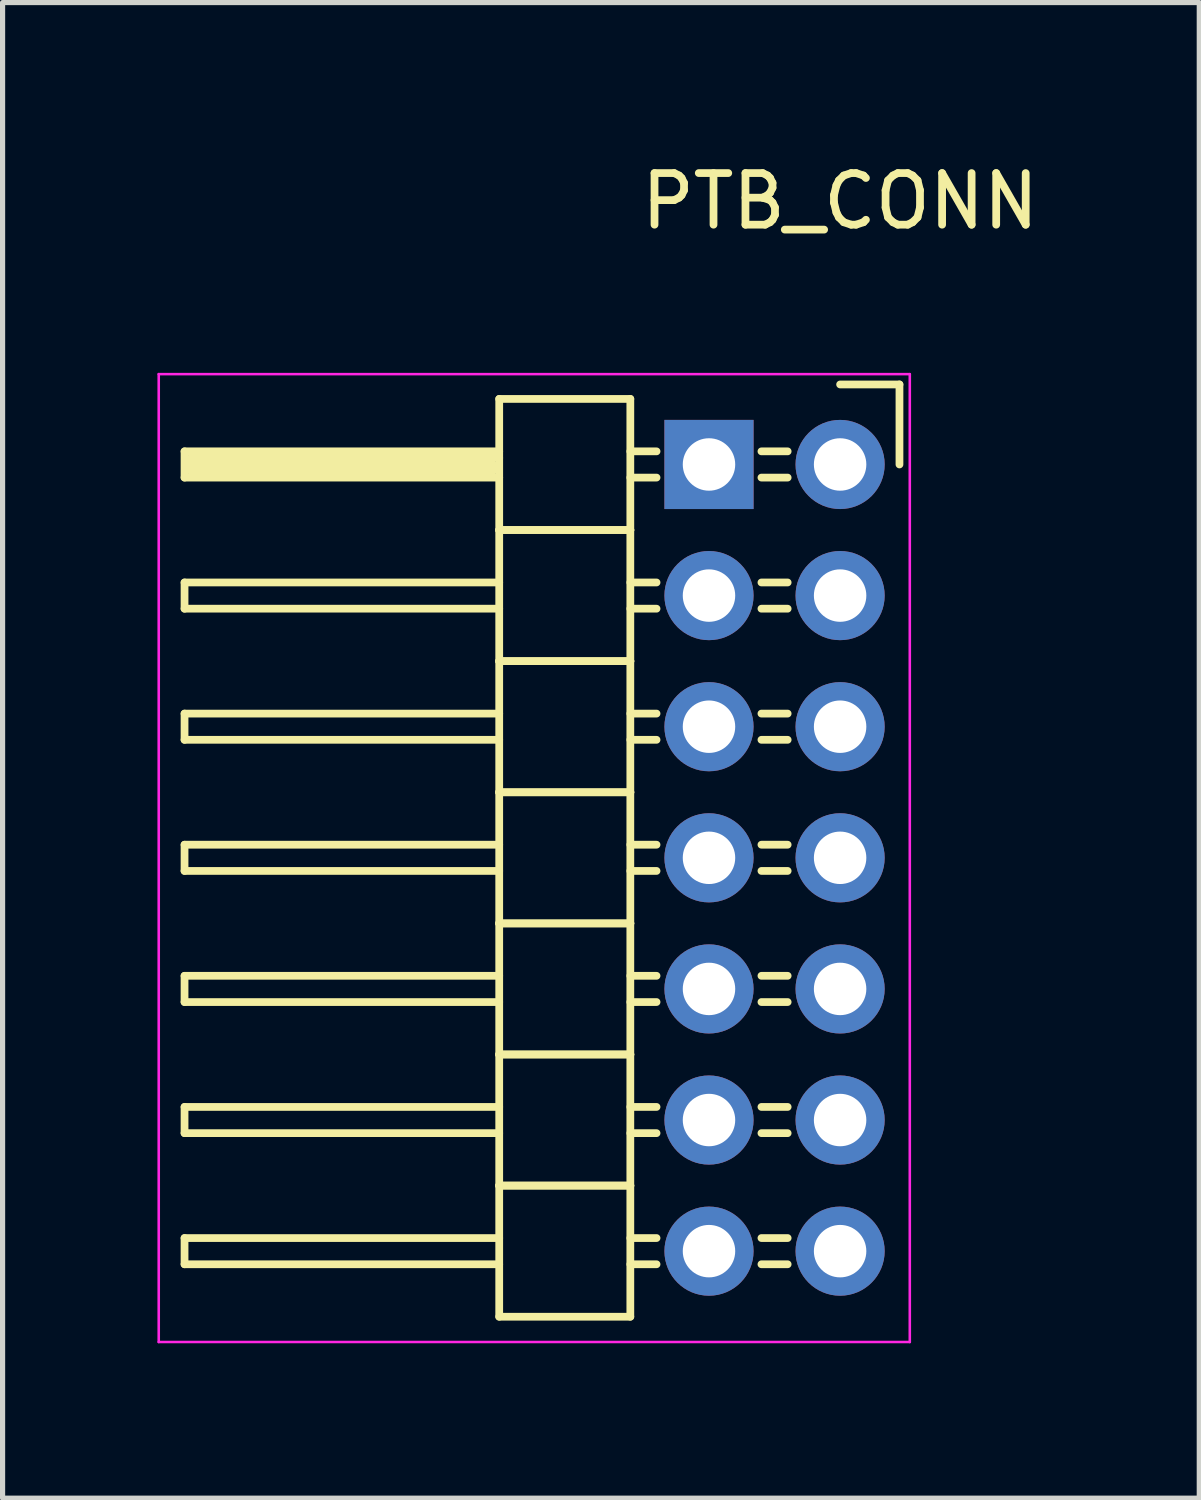
<source format=kicad_pcb>
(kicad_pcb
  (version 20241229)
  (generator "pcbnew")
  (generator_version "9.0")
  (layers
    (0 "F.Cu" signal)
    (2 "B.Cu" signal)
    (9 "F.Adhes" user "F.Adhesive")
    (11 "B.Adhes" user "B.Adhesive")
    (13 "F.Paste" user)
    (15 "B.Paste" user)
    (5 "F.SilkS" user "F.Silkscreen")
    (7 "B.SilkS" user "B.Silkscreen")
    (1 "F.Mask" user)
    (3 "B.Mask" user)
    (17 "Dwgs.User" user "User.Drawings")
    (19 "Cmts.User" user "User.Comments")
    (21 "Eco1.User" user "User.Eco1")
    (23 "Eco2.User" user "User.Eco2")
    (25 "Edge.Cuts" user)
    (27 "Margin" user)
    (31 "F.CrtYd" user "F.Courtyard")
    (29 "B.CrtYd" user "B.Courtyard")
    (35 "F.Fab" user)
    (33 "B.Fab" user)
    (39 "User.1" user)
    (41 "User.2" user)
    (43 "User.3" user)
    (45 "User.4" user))
  (footprint "PTB_CONN"
    (layer "F.Cu")
    (at 13.225 5.948)
    (property "Reference" "PTB_CONN" (at 0 -5.1 0) (layer "F.SilkS") (effects (font (size 1 1) (thickness 0.15))))
    (attr through_hole)
    (fp_line (start -12.7 -0.254) (end -12.7 0.254) (stroke (width 0.15) (type solid)) (layer "F.SilkS"))
    (fp_line (start -12.7 0.254) (end -6.604 0.254) (stroke (width 0.15) (type solid)) (layer "F.SilkS"))
    (fp_line (start -12.7 2.286) (end -12.7 2.794) (stroke (width 0.15) (type solid)) (layer "F.SilkS"))
    (fp_line (start -12.7 2.794) (end -6.604 2.794) (stroke (width 0.15) (type solid)) (layer "F.SilkS"))
    (fp_line (start -12.7 4.826) (end -12.7 5.334) (stroke (width 0.15) (type solid)) (layer "F.SilkS"))
    (fp_line (start -12.7 5.334) (end -6.604 5.334) (stroke (width 0.15) (type solid)) (layer "F.SilkS"))
    (fp_line (start -12.7 7.366) (end -12.7 7.874) (stroke (width 0.15) (type solid)) (layer "F.SilkS"))
    (fp_line (start -12.7 7.874) (end -6.604 7.874) (stroke (width 0.15) (type solid)) (layer "F.SilkS"))
    (fp_line (start -12.7 9.906) (end -12.7 10.414) (stroke (width 0.15) (type solid)) (layer "F.SilkS"))
    (fp_line (start -12.7 10.414) (end -6.604 10.414) (stroke (width 0.15) (type solid)) (layer "F.SilkS"))
    (fp_line (start -12.7 12.446) (end -12.7 12.954) (stroke (width 0.15) (type solid)) (layer "F.SilkS"))
    (fp_line (start -12.7 12.954) (end -6.604 12.954) (stroke (width 0.15) (type solid)) (layer "F.SilkS"))
    (fp_line (start -12.7 14.986) (end -12.7 15.494) (stroke (width 0.15) (type solid)) (layer "F.SilkS"))
    (fp_line (start -12.7 15.494) (end -6.604 15.494) (stroke (width 0.15) (type solid)) (layer "F.SilkS"))
    (fp_line (start -12.573 -0.127) (end -12.573 0.127) (stroke (width 0.15) (type solid)) (layer "F.SilkS"))
    (fp_line (start -12.573 0.127) (end -6.731 0.127) (stroke (width 0.15) (type solid)) (layer "F.SilkS"))
    (fp_line (start -6.731 0) (end -12.573 0) (stroke (width 0.15) (type solid)) (layer "F.SilkS"))
    (fp_line (start -6.731 0.127) (end -6.731 0) (stroke (width 0.15) (type solid)) (layer "F.SilkS"))
    (fp_line (start -6.604 -0.254) (end -12.7 -0.254) (stroke (width 0.15) (type solid)) (layer "F.SilkS"))
    (fp_line (start -6.604 -0.127) (end -12.573 -0.127) (stroke (width 0.15) (type solid)) (layer "F.SilkS"))
    (fp_line (start -6.604 1.27) (end -6.604 -1.27) (stroke (width 0.15) (type solid)) (layer "F.SilkS"))
    (fp_line (start -6.604 2.286) (end -12.7 2.286) (stroke (width 0.15) (type solid)) (layer "F.SilkS"))
    (fp_line (start -6.604 3.81) (end -6.604 1.27) (stroke (width 0.15) (type solid)) (layer "F.SilkS"))
    (fp_line (start -6.604 4.826) (end -12.7 4.826) (stroke (width 0.15) (type solid)) (layer "F.SilkS"))
    (fp_line (start -6.604 6.35) (end -6.604 3.81) (stroke (width 0.15) (type solid)) (layer "F.SilkS"))
    (fp_line (start -6.604 7.366) (end -12.7 7.366) (stroke (width 0.15) (type solid)) (layer "F.SilkS"))
    (fp_line (start -6.604 8.89) (end -6.604 6.35) (stroke (width 0.15) (type solid)) (layer "F.SilkS"))
    (fp_line (start -6.604 9.906) (end -12.7 9.906) (stroke (width 0.15) (type solid)) (layer "F.SilkS"))
    (fp_line (start -6.604 11.43) (end -6.604 8.89) (stroke (width 0.15) (type solid)) (layer "F.SilkS"))
    (fp_line (start -6.604 12.446) (end -12.7 12.446) (stroke (width 0.15) (type solid)) (layer "F.SilkS"))
    (fp_line (start -6.604 13.97) (end -6.604 11.43) (stroke (width 0.15) (type solid)) (layer "F.SilkS"))
    (fp_line (start -6.604 14.986) (end -12.7 14.986) (stroke (width 0.15) (type solid)) (layer "F.SilkS"))
    (fp_line (start -6.604 16.51) (end -6.604 13.97) (stroke (width 0.15) (type solid)) (layer "F.SilkS"))
    (fp_line (start -4.064 -1.27) (end -6.604 -1.27) (stroke (width 0.15) (type solid)) (layer "F.SilkS"))
    (fp_line (start -4.064 -1.27) (end -4.064 1.27) (stroke (width 0.15) (type solid)) (layer "F.SilkS"))
    (fp_line (start -4.064 -0.254) (end -3.556 -0.254) (stroke (width 0.15) (type solid)) (layer "F.SilkS"))
    (fp_line (start -4.064 0.254) (end -3.556 0.254) (stroke (width 0.15) (type solid)) (layer "F.SilkS"))
    (fp_line (start -4.064 1.27) (end -6.604 1.27) (stroke (width 0.15) (type solid)) (layer "F.SilkS"))
    (fp_line (start -4.064 1.27) (end -6.604 1.27) (stroke (width 0.15) (type solid)) (layer "F.SilkS"))
    (fp_line (start -4.064 1.27) (end -4.064 3.81) (stroke (width 0.15) (type solid)) (layer "F.SilkS"))
    (fp_line (start -4.064 2.286) (end -3.556 2.286) (stroke (width 0.15) (type solid)) (layer "F.SilkS"))
    (fp_line (start -4.064 2.794) (end -3.556 2.794) (stroke (width 0.15) (type solid)) (layer "F.SilkS"))
    (fp_line (start -4.064 3.81) (end -6.604 3.81) (stroke (width 0.15) (type solid)) (layer "F.SilkS"))
    (fp_line (start -4.064 3.81) (end -6.604 3.81) (stroke (width 0.15) (type solid)) (layer "F.SilkS"))
    (fp_line (start -4.064 3.81) (end -4.064 6.35) (stroke (width 0.15) (type solid)) (layer "F.SilkS"))
    (fp_line (start -4.064 4.826) (end -3.556 4.826) (stroke (width 0.15) (type solid)) (layer "F.SilkS"))
    (fp_line (start -4.064 5.334) (end -3.556 5.334) (stroke (width 0.15) (type solid)) (layer "F.SilkS"))
    (fp_line (start -4.064 6.35) (end -6.604 6.35) (stroke (width 0.15) (type solid)) (layer "F.SilkS"))
    (fp_line (start -4.064 6.35) (end -6.604 6.35) (stroke (width 0.15) (type solid)) (layer "F.SilkS"))
    (fp_line (start -4.064 6.35) (end -4.064 8.89) (stroke (width 0.15) (type solid)) (layer "F.SilkS"))
    (fp_line (start -4.064 7.366) (end -3.556 7.366) (stroke (width 0.15) (type solid)) (layer "F.SilkS"))
    (fp_line (start -4.064 7.874) (end -3.556 7.874) (stroke (width 0.15) (type solid)) (layer "F.SilkS"))
    (fp_line (start -4.064 8.89) (end -6.604 8.89) (stroke (width 0.15) (type solid)) (layer "F.SilkS"))
    (fp_line (start -4.064 8.89) (end -6.604 8.89) (stroke (width 0.15) (type solid)) (layer "F.SilkS"))
    (fp_line (start -4.064 8.89) (end -4.064 11.43) (stroke (width 0.15) (type solid)) (layer "F.SilkS"))
    (fp_line (start -4.064 9.906) (end -3.556 9.906) (stroke (width 0.15) (type solid)) (layer "F.SilkS"))
    (fp_line (start -4.064 10.414) (end -3.556 10.414) (stroke (width 0.15) (type solid)) (layer "F.SilkS"))
    (fp_line (start -4.064 11.43) (end -6.604 11.43) (stroke (width 0.15) (type solid)) (layer "F.SilkS"))
    (fp_line (start -4.064 11.43) (end -6.604 11.43) (stroke (width 0.15) (type solid)) (layer "F.SilkS"))
    (fp_line (start -4.064 11.43) (end -4.064 13.97) (stroke (width 0.15) (type solid)) (layer "F.SilkS"))
    (fp_line (start -4.064 12.446) (end -3.556 12.446) (stroke (width 0.15) (type solid)) (layer "F.SilkS"))
    (fp_line (start -4.064 12.954) (end -3.556 12.954) (stroke (width 0.15) (type solid)) (layer "F.SilkS"))
    (fp_line (start -4.064 13.97) (end -6.604 13.97) (stroke (width 0.15) (type solid)) (layer "F.SilkS"))
    (fp_line (start -4.064 13.97) (end -6.604 13.97) (stroke (width 0.15) (type solid)) (layer "F.SilkS"))
    (fp_line (start -4.064 13.97) (end -4.064 16.51) (stroke (width 0.15) (type solid)) (layer "F.SilkS"))
    (fp_line (start -4.064 14.986) (end -3.556 14.986) (stroke (width 0.15) (type solid)) (layer "F.SilkS"))
    (fp_line (start -4.064 15.494) (end -3.556 15.494) (stroke (width 0.15) (type solid)) (layer "F.SilkS"))
    (fp_line (start -4.064 16.51) (end -6.604 16.51) (stroke (width 0.15) (type solid)) (layer "F.SilkS"))
    (fp_line (start -1.524 -0.254) (end -1.016 -0.254) (stroke (width 0.15) (type solid)) (layer "F.SilkS"))
    (fp_line (start -1.524 0.254) (end -1.016 0.254) (stroke (width 0.15) (type solid)) (layer "F.SilkS"))
    (fp_line (start -1.524 2.286) (end -1.016 2.286) (stroke (width 0.15) (type solid)) (layer "F.SilkS"))
    (fp_line (start -1.524 2.794) (end -1.016 2.794) (stroke (width 0.15) (type solid)) (layer "F.SilkS"))
    (fp_line (start -1.524 4.826) (end -1.016 4.826) (stroke (width 0.15) (type solid)) (layer "F.SilkS"))
    (fp_line (start -1.524 5.334) (end -1.016 5.334) (stroke (width 0.15) (type solid)) (layer "F.SilkS"))
    (fp_line (start -1.524 7.366) (end -1.016 7.366) (stroke (width 0.15) (type solid)) (layer "F.SilkS"))
    (fp_line (start -1.524 7.874) (end -1.016 7.874) (stroke (width 0.15) (type solid)) (layer "F.SilkS"))
    (fp_line (start -1.524 9.906) (end -1.016 9.906) (stroke (width 0.15) (type solid)) (layer "F.SilkS"))
    (fp_line (start -1.524 10.414) (end -1.016 10.414) (stroke (width 0.15) (type solid)) (layer "F.SilkS"))
    (fp_line (start -1.524 12.446) (end -1.016 12.446) (stroke (width 0.15) (type solid)) (layer "F.SilkS"))
    (fp_line (start -1.524 12.954) (end -1.016 12.954) (stroke (width 0.15) (type solid)) (layer "F.SilkS"))
    (fp_line (start -1.524 14.986) (end -1.016 14.986) (stroke (width 0.15) (type solid)) (layer "F.SilkS"))
    (fp_line (start -1.524 15.494) (end -1.016 15.494) (stroke (width 0.15) (type solid)) (layer "F.SilkS"))
    (fp_line (start 0 -1.55) (end 1.15 -1.55) (stroke (width 0.15) (type solid)) (layer "F.SilkS"))
    (fp_line (start 1.15 -1.55) (end 1.15 0) (stroke (width 0.15) (type solid)) (layer "F.SilkS"))
    (fp_line (start -13.2 -1.75) (end -13.2 17) (stroke (width 0.05) (type solid)) (layer "F.CrtYd"))
    (fp_line (start 1.35 -1.75) (end -13.2 -1.75) (stroke (width 0.05) (type solid)) (layer "F.CrtYd"))
    (fp_line (start 1.35 -1.75) (end 1.35 17) (stroke (width 0.05) (type solid)) (layer "F.CrtYd"))
    (fp_line (start 1.35 17) (end -13.2 17) (stroke (width 0.05) (type solid)) (layer "F.CrtYd"))
    (pad "1" thru_hole rect (at -2.54 0) (size 1.727 1.727) (drill 1.016) (layers "*.Cu" "*.Mask"))
    (pad "2" thru_hole oval (at -2.54 2.54) (size 1.727 1.727) (drill 1.016) (layers "*.Cu" "*.Mask"))
    (pad "3" thru_hole oval (at -2.54 5.08) (size 1.727 1.727) (drill 1.016) (layers "*.Cu" "*.Mask"))
    (pad "4" thru_hole oval (at -2.54 7.62) (size 1.727 1.727) (drill 1.016) (layers "*.Cu" "*.Mask"))
    (pad "5" thru_hole oval (at -2.54 10.16) (size 1.727 1.727) (drill 1.016) (layers "*.Cu" "*.Mask"))
    (pad "6" thru_hole oval (at -2.54 12.7) (size 1.727 1.727) (drill 1.016) (layers "*.Cu" "*.Mask"))
    (pad "7" thru_hole oval (at -2.54 15.24) (size 1.727 1.727) (drill 1.016) (layers "*.Cu" "*.Mask"))
    (pad "8" thru_hole oval (at 0 15.24) (size 1.727 1.727) (drill 1.016) (layers "*.Cu" "*.Mask"))
    (pad "9" thru_hole oval (at 0 12.7) (size 1.727 1.727) (drill 1.016) (layers "*.Cu" "*.Mask"))
    (pad "10" thru_hole oval (at 0 10.16) (size 1.727 1.727) (drill 1.016) (layers "*.Cu" "*.Mask"))
    (pad "11" thru_hole oval (at 0 7.62) (size 1.727 1.727) (drill 1.016) (layers "*.Cu" "*.Mask"))
    (pad "12" thru_hole oval (at 0 5.08) (size 1.727 1.727) (drill 1.016) (layers "*.Cu" "*.Mask"))
    (pad "13" thru_hole oval (at 0 2.54) (size 1.727 1.727) (drill 1.016) (layers "*.Cu" "*.Mask"))
    (pad "14" thru_hole oval (at 0 0) (size 1.727 1.727) (drill 1.016) (layers "*.Cu" "*.Mask")))
  (gr_rect
    (start -3 -3)
    (end 20.183 25.973)
    (stroke (width 0.1) (type default))
    (fill no)
    (layer "Edge.Cuts")))
</source>
